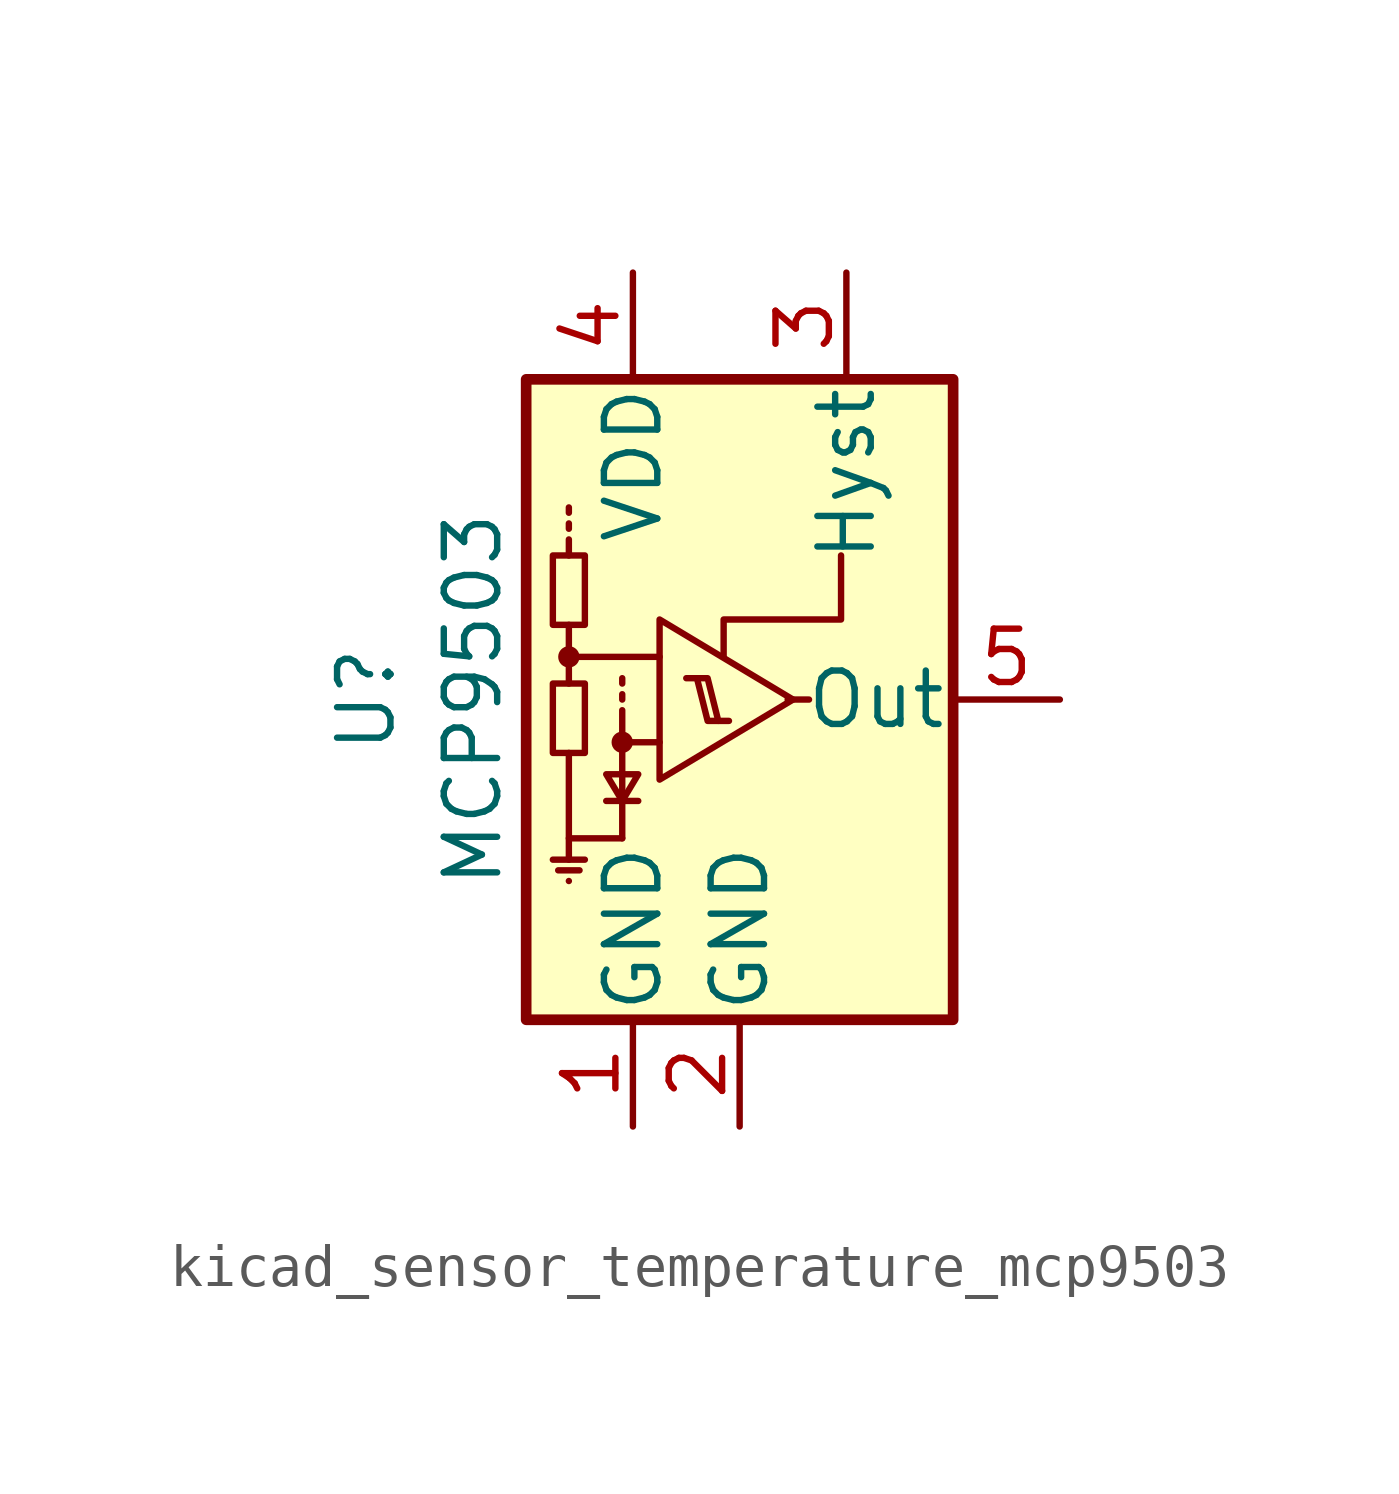
<source format=kicad_sym>
(kicad_symbol_lib
  (version 20220914)
  (generator kicad_symbol_editor)
  (symbol "kicad_sensor_temperature_mcp9503"
    (pin_names
      (offset 0.127))
    (property "Reference" "U"
      (at -6.35 0 90)
      (effects (font (size 1.27 1.27))))
    (property "Value" "MCP9503"
      (at -3.81 0 90)
      (effects (font (size 1.27 1.27))))
    (symbol "kicad_sensor_temperature_mcp9503_0_1"
      (rectangle (start -2.54 7.62) (end 7.62 -7.62) (stroke (width 0.254) (type default)) (fill (type background)))
      (rectangle (start -1.905 0.381) (end -1.143 -1.27) (stroke (width 0) (type default)) (fill (type none)))
      (rectangle (start -1.905 3.429) (end -1.143 1.778) (stroke (width 0) (type default)) (fill (type none)))
      (circle (center -1.524 1.016) (radius 0.178) (stroke (width 0) (type default)) (fill (type outline)))
      (circle (center -0.254 -1.016) (radius 0.178) (stroke (width 0) (type default)) (fill (type outline)))
      (polyline (pts (xy -1.905 -3.81) (xy -1.143 -3.81)) (stroke (width 0) (type default)) (fill (type none)))
      (polyline (pts (xy -1.778 -4.064) (xy -1.27 -4.064)) (stroke (width 0) (type default)) (fill (type none)))
      (polyline (pts (xy -1.524 -4.318) (xy -1.524 -4.318)) (stroke (width 0) (type default)) (fill (type none)))
      (polyline (pts (xy -1.524 -3.302) (xy -1.524 -3.81)) (stroke (width 0) (type default)) (fill (type none)))
      (polyline (pts (xy -1.524 1.016) (xy -1.524 0.381)) (stroke (width 0) (type default)) (fill (type none)))
      (polyline (pts (xy -1.524 3.429) (xy -1.524 3.81)) (stroke (width 0) (type default)) (fill (type none)))
      (polyline (pts (xy -1.524 4.064) (xy -1.524 4.191)) (stroke (width 0) (type default)) (fill (type none)))
      (polyline (pts (xy -1.524 4.445) (xy -1.524 4.572)) (stroke (width 0) (type default)) (fill (type none)))
      (polyline (pts (xy -0.635 -2.413) (xy 0.127 -2.413)) (stroke (width 0) (type default)) (fill (type none)))
      (polyline (pts (xy -0.254 0) (xy -0.254 0.127)) (stroke (width 0) (type default)) (fill (type none)))
      (polyline (pts (xy -0.254 0.381) (xy -0.254 0.508)) (stroke (width 0) (type default)) (fill (type none)))
      (polyline (pts (xy 3.683 0) (xy 4.191 0)) (stroke (width 0) (type default)) (fill (type none)))
      (polyline (pts (xy -1.524 -1.27) (xy -1.524 -3.302) (xy -0.254 -3.302)) (stroke (width 0) (type default)) (fill (type none)))
      (polyline (pts (xy -0.254 -1.016) (xy -0.254 -0.381) (xy -0.254 -0.254)) (stroke (width 0) (type default)) (fill (type none)))
      (polyline (pts (xy 0.635 -1.016) (xy -0.254 -1.016) (xy -0.254 -3.302)) (stroke (width 0) (type default)) (fill (type none)))
      (polyline (pts (xy 0.635 1.016) (xy -1.524 1.016) (xy -1.524 1.778)) (stroke (width 0) (type default)) (fill (type none)))
      (polyline (pts (xy 1.524 0.508) (xy 1.778 -0.508) (xy 2.032 -0.508)) (stroke (width 0) (type default)) (fill (type none)))
      (polyline (pts (xy 0.127 -1.778) (xy -0.635 -1.778) (xy -0.254 -2.413) (xy 0.127 -1.778)) (stroke (width 0) (type default)) (fill (type none)))
      (polyline (pts (xy 1.27 0.508) (xy 1.778 0.508) (xy 2.032 -0.508) (xy 2.286 -0.508)) (stroke (width 0) (type default)) (fill (type none)))
      (polyline (pts (xy 3.81 0) (xy 0.635 1.905) (xy 0.635 -1.905) (xy 3.81 0)) (stroke (width 0) (type default)) (fill (type none)))
      (polyline (pts (xy 4.953 3.429) (xy 4.953 1.905) (xy 2.159 1.905) (xy 2.159 1.016)) (stroke (width 0) (type default)) (fill (type none))))
    (symbol "kicad_sensor_temperature_mcp9503_1_1"
      (pin power_in line (at 0 -10.16 90) (length 2.54) (name "GND" (effects (font (size 1.27 1.27)))) (number "1" (effects (font (size 1.27 1.27)))))
      (pin power_in line (at 2.54 -10.16 90) (length 2.54) (name "GND" (effects (font (size 1.27 1.27)))) (number "2" (effects (font (size 1.27 1.27)))))
      (pin input line (at 5.08 10.16 270) (length 2.54) (name "Hyst" (effects (font (size 1.27 1.27)))) (number "3" (effects (font (size 1.27 1.27)))))
      (pin power_in line (at 0 10.16 270) (length 2.54) (name "VDD" (effects (font (size 1.27 1.27)))) (number "4" (effects (font (size 1.27 1.27)))))
      (pin open_collector line (at 10.16 0 180) (length 2.54) (name "Out" (effects (font (size 1.27 1.27)))) (number "5" (effects (font (size 1.27 1.27))))))))
</source>
